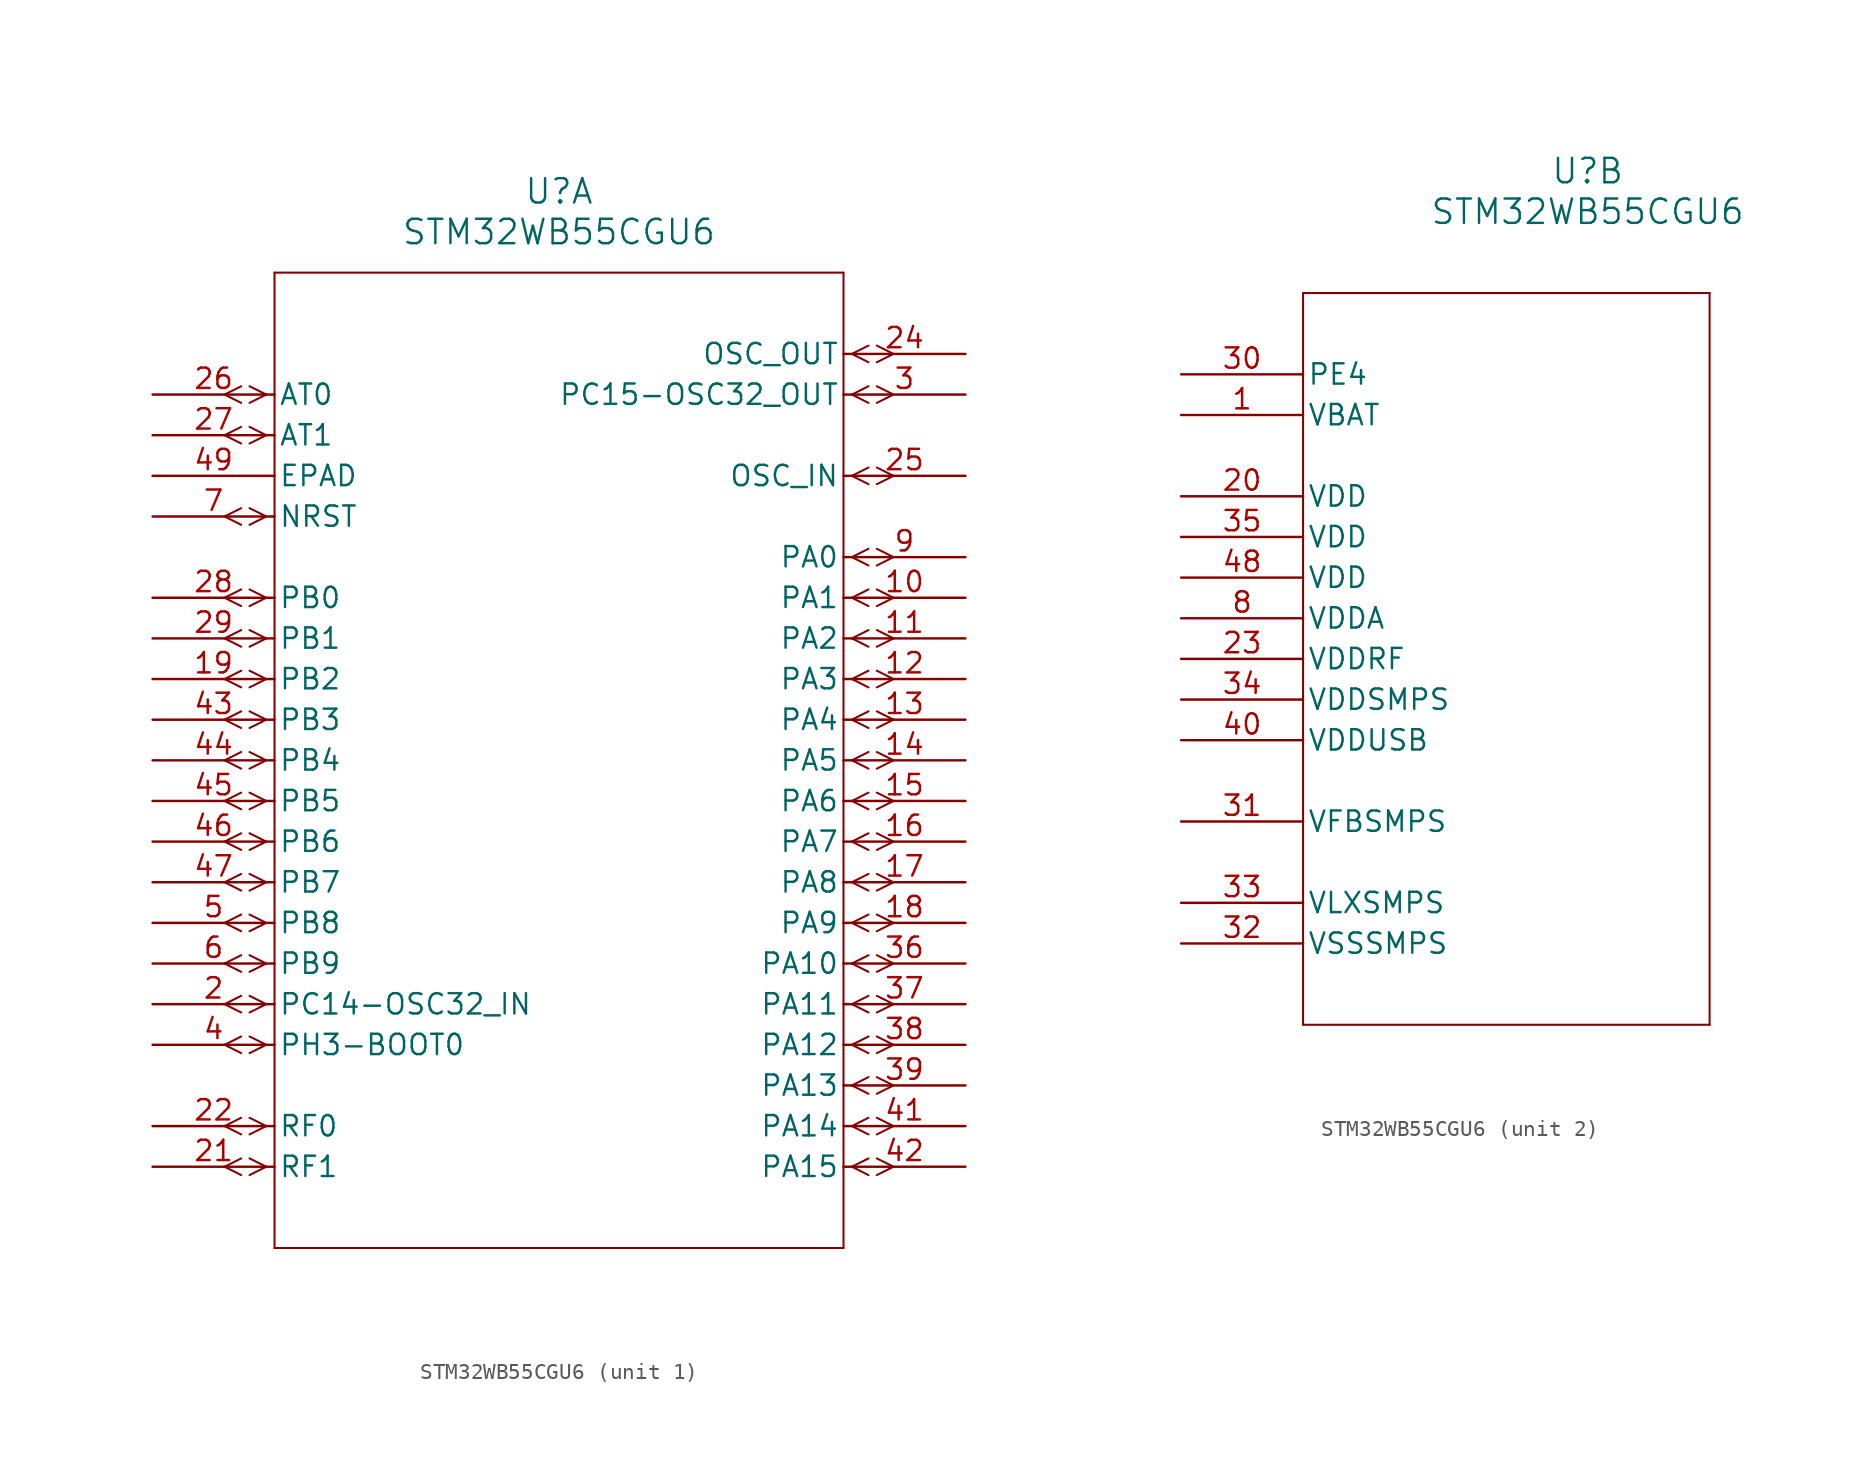
<source format=kicad_sym>
(kicad_symbol_lib
  (version 20211014)
  (generator kicad_symbol_editor)
  (symbol "STM32WB55CGU6"
    (pin_names
      (offset 0.254))
    (property "Reference" "U"
      (at 25.4 12.7 0)
      (effects (font (size 1.524 1.524))))
    (property "Value" "STM32WB55CGU6"
      (at 25.4 10.16 0)
      (effects (font (size 1.524 1.524))))
    (symbol "STM32WB55CGU6_1_1"
      (polyline (pts (xy 7.099 0) (xy 6.058 0.521)) (stroke (width 0.127) (type default) (color 0 0 0 0)) (fill (type none)))
      (polyline (pts (xy 7.099 0) (xy 6.058 -0.521)) (stroke (width 0.127) (type default) (color 0 0 0 0)) (fill (type none)))
      (polyline (pts (xy 5.537 0.521) (xy 4.496 0)) (stroke (width 0.127) (type default) (color 0 0 0 0)) (fill (type none)))
      (polyline (pts (xy 5.537 -0.521) (xy 4.496 0)) (stroke (width 0.127) (type default) (color 0 0 0 0)) (fill (type none)))
      (polyline (pts (xy 7.099 -2.54) (xy 6.058 -2.019)) (stroke (width 0.127) (type default) (color 0 0 0 0)) (fill (type none)))
      (polyline (pts (xy 7.099 -2.54) (xy 6.058 -3.061)) (stroke (width 0.127) (type default) (color 0 0 0 0)) (fill (type none)))
      (polyline (pts (xy 5.537 -2.019) (xy 4.496 -2.54)) (stroke (width 0.127) (type default) (color 0 0 0 0)) (fill (type none)))
      (polyline (pts (xy 5.537 -3.061) (xy 4.496 -2.54)) (stroke (width 0.127) (type default) (color 0 0 0 0)) (fill (type none)))
      (polyline (pts (xy 7.099 -7.62) (xy 6.058 -7.099)) (stroke (width 0.127) (type default) (color 0 0 0 0)) (fill (type none)))
      (polyline (pts (xy 7.099 -7.62) (xy 6.058 -8.141)) (stroke (width 0.127) (type default) (color 0 0 0 0)) (fill (type none)))
      (polyline (pts (xy 5.537 -7.099) (xy 4.496 -7.62)) (stroke (width 0.127) (type default) (color 0 0 0 0)) (fill (type none)))
      (polyline (pts (xy 5.537 -8.141) (xy 4.496 -7.62)) (stroke (width 0.127) (type default) (color 0 0 0 0)) (fill (type none)))
      (polyline (pts (xy 7.099 -12.7) (xy 6.058 -12.179)) (stroke (width 0.127) (type default) (color 0 0 0 0)) (fill (type none)))
      (polyline (pts (xy 7.099 -12.7) (xy 6.058 -13.221)) (stroke (width 0.127) (type default) (color 0 0 0 0)) (fill (type none)))
      (polyline (pts (xy 5.537 -12.179) (xy 4.496 -12.7)) (stroke (width 0.127) (type default) (color 0 0 0 0)) (fill (type none)))
      (polyline (pts (xy 5.537 -13.221) (xy 4.496 -12.7)) (stroke (width 0.127) (type default) (color 0 0 0 0)) (fill (type none)))
      (polyline (pts (xy 7.099 -15.24) (xy 6.058 -14.719)) (stroke (width 0.127) (type default) (color 0 0 0 0)) (fill (type none)))
      (polyline (pts (xy 7.099 -15.24) (xy 6.058 -15.761)) (stroke (width 0.127) (type default) (color 0 0 0 0)) (fill (type none)))
      (polyline (pts (xy 5.537 -14.719) (xy 4.496 -15.24)) (stroke (width 0.127) (type default) (color 0 0 0 0)) (fill (type none)))
      (polyline (pts (xy 5.537 -15.761) (xy 4.496 -15.24)) (stroke (width 0.127) (type default) (color 0 0 0 0)) (fill (type none)))
      (polyline (pts (xy 7.099 -17.78) (xy 6.058 -17.259)) (stroke (width 0.127) (type default) (color 0 0 0 0)) (fill (type none)))
      (polyline (pts (xy 7.099 -17.78) (xy 6.058 -18.301)) (stroke (width 0.127) (type default) (color 0 0 0 0)) (fill (type none)))
      (polyline (pts (xy 5.537 -17.259) (xy 4.496 -17.78)) (stroke (width 0.127) (type default) (color 0 0 0 0)) (fill (type none)))
      (polyline (pts (xy 5.537 -18.301) (xy 4.496 -17.78)) (stroke (width 0.127) (type default) (color 0 0 0 0)) (fill (type none)))
      (polyline (pts (xy 7.099 -20.32) (xy 6.058 -19.799)) (stroke (width 0.127) (type default) (color 0 0 0 0)) (fill (type none)))
      (polyline (pts (xy 7.099 -20.32) (xy 6.058 -20.841)) (stroke (width 0.127) (type default) (color 0 0 0 0)) (fill (type none)))
      (polyline (pts (xy 5.537 -19.799) (xy 4.496 -20.32)) (stroke (width 0.127) (type default) (color 0 0 0 0)) (fill (type none)))
      (polyline (pts (xy 5.537 -20.841) (xy 4.496 -20.32)) (stroke (width 0.127) (type default) (color 0 0 0 0)) (fill (type none)))
      (polyline (pts (xy 7.099 -22.86) (xy 6.058 -22.339)) (stroke (width 0.127) (type default) (color 0 0 0 0)) (fill (type none)))
      (polyline (pts (xy 7.099 -22.86) (xy 6.058 -23.381)) (stroke (width 0.127) (type default) (color 0 0 0 0)) (fill (type none)))
      (polyline (pts (xy 5.537 -22.339) (xy 4.496 -22.86)) (stroke (width 0.127) (type default) (color 0 0 0 0)) (fill (type none)))
      (polyline (pts (xy 5.537 -23.381) (xy 4.496 -22.86)) (stroke (width 0.127) (type default) (color 0 0 0 0)) (fill (type none)))
      (polyline (pts (xy 7.099 -25.4) (xy 6.058 -24.879)) (stroke (width 0.127) (type default) (color 0 0 0 0)) (fill (type none)))
      (polyline (pts (xy 7.099 -25.4) (xy 6.058 -25.921)) (stroke (width 0.127) (type default) (color 0 0 0 0)) (fill (type none)))
      (polyline (pts (xy 5.537 -24.879) (xy 4.496 -25.4)) (stroke (width 0.127) (type default) (color 0 0 0 0)) (fill (type none)))
      (polyline (pts (xy 5.537 -25.921) (xy 4.496 -25.4)) (stroke (width 0.127) (type default) (color 0 0 0 0)) (fill (type none)))
      (polyline (pts (xy 7.099 -27.94) (xy 6.058 -27.419)) (stroke (width 0.127) (type default) (color 0 0 0 0)) (fill (type none)))
      (polyline (pts (xy 7.099 -27.94) (xy 6.058 -28.461)) (stroke (width 0.127) (type default) (color 0 0 0 0)) (fill (type none)))
      (polyline (pts (xy 5.537 -27.419) (xy 4.496 -27.94)) (stroke (width 0.127) (type default) (color 0 0 0 0)) (fill (type none)))
      (polyline (pts (xy 5.537 -28.461) (xy 4.496 -27.94)) (stroke (width 0.127) (type default) (color 0 0 0 0)) (fill (type none)))
      (polyline (pts (xy 7.099 -30.48) (xy 6.058 -29.959)) (stroke (width 0.127) (type default) (color 0 0 0 0)) (fill (type none)))
      (polyline (pts (xy 7.099 -30.48) (xy 6.058 -31.001)) (stroke (width 0.127) (type default) (color 0 0 0 0)) (fill (type none)))
      (polyline (pts (xy 5.537 -29.959) (xy 4.496 -30.48)) (stroke (width 0.127) (type default) (color 0 0 0 0)) (fill (type none)))
      (polyline (pts (xy 5.537 -31.001) (xy 4.496 -30.48)) (stroke (width 0.127) (type default) (color 0 0 0 0)) (fill (type none)))
      (polyline (pts (xy 7.099 -33.02) (xy 6.058 -32.499)) (stroke (width 0.127) (type default) (color 0 0 0 0)) (fill (type none)))
      (polyline (pts (xy 7.099 -33.02) (xy 6.058 -33.541)) (stroke (width 0.127) (type default) (color 0 0 0 0)) (fill (type none)))
      (polyline (pts (xy 5.537 -32.499) (xy 4.496 -33.02)) (stroke (width 0.127) (type default) (color 0 0 0 0)) (fill (type none)))
      (polyline (pts (xy 5.537 -33.541) (xy 4.496 -33.02)) (stroke (width 0.127) (type default) (color 0 0 0 0)) (fill (type none)))
      (polyline (pts (xy 7.099 -35.56) (xy 6.058 -35.039)) (stroke (width 0.127) (type default) (color 0 0 0 0)) (fill (type none)))
      (polyline (pts (xy 7.099 -35.56) (xy 6.058 -36.081)) (stroke (width 0.127) (type default) (color 0 0 0 0)) (fill (type none)))
      (polyline (pts (xy 5.537 -35.039) (xy 4.496 -35.56)) (stroke (width 0.127) (type default) (color 0 0 0 0)) (fill (type none)))
      (polyline (pts (xy 5.537 -36.081) (xy 4.496 -35.56)) (stroke (width 0.127) (type default) (color 0 0 0 0)) (fill (type none)))
      (polyline (pts (xy 7.099 -38.1) (xy 6.058 -37.579)) (stroke (width 0.127) (type default) (color 0 0 0 0)) (fill (type none)))
      (polyline (pts (xy 7.099 -38.1) (xy 6.058 -38.621)) (stroke (width 0.127) (type default) (color 0 0 0 0)) (fill (type none)))
      (polyline (pts (xy 5.537 -37.579) (xy 4.496 -38.1)) (stroke (width 0.127) (type default) (color 0 0 0 0)) (fill (type none)))
      (polyline (pts (xy 5.537 -38.621) (xy 4.496 -38.1)) (stroke (width 0.127) (type default) (color 0 0 0 0)) (fill (type none)))
      (polyline (pts (xy 7.099 -40.64) (xy 6.058 -40.119)) (stroke (width 0.127) (type default) (color 0 0 0 0)) (fill (type none)))
      (polyline (pts (xy 7.099 -40.64) (xy 6.058 -41.161)) (stroke (width 0.127) (type default) (color 0 0 0 0)) (fill (type none)))
      (polyline (pts (xy 5.537 -40.119) (xy 4.496 -40.64)) (stroke (width 0.127) (type default) (color 0 0 0 0)) (fill (type none)))
      (polyline (pts (xy 5.537 -41.161) (xy 4.496 -40.64)) (stroke (width 0.127) (type default) (color 0 0 0 0)) (fill (type none)))
      (polyline (pts (xy 7.099 -45.72) (xy 6.058 -45.199)) (stroke (width 0.127) (type default) (color 0 0 0 0)) (fill (type none)))
      (polyline (pts (xy 7.099 -45.72) (xy 6.058 -46.241)) (stroke (width 0.127) (type default) (color 0 0 0 0)) (fill (type none)))
      (polyline (pts (xy 5.537 -45.199) (xy 4.496 -45.72)) (stroke (width 0.127) (type default) (color 0 0 0 0)) (fill (type none)))
      (polyline (pts (xy 5.537 -46.241) (xy 4.496 -45.72)) (stroke (width 0.127) (type default) (color 0 0 0 0)) (fill (type none)))
      (polyline (pts (xy 7.099 -48.26) (xy 6.058 -47.739)) (stroke (width 0.127) (type default) (color 0 0 0 0)) (fill (type none)))
      (polyline (pts (xy 7.099 -48.26) (xy 6.058 -48.781)) (stroke (width 0.127) (type default) (color 0 0 0 0)) (fill (type none)))
      (polyline (pts (xy 5.537 -47.739) (xy 4.496 -48.26)) (stroke (width 0.127) (type default) (color 0 0 0 0)) (fill (type none)))
      (polyline (pts (xy 5.537 -48.781) (xy 4.496 -48.26)) (stroke (width 0.127) (type default) (color 0 0 0 0)) (fill (type none)))
      (polyline (pts (xy 43.701 2.54) (xy 44.742 3.061)) (stroke (width 0.127) (type default) (color 0 0 0 0)) (fill (type none)))
      (polyline (pts (xy 43.701 2.54) (xy 44.742 2.019)) (stroke (width 0.127) (type default) (color 0 0 0 0)) (fill (type none)))
      (polyline (pts (xy 45.263 3.061) (xy 46.304 2.54)) (stroke (width 0.127) (type default) (color 0 0 0 0)) (fill (type none)))
      (polyline (pts (xy 45.263 2.019) (xy 46.304 2.54)) (stroke (width 0.127) (type default) (color 0 0 0 0)) (fill (type none)))
      (polyline (pts (xy 43.701 0) (xy 44.742 0.521)) (stroke (width 0.127) (type default) (color 0 0 0 0)) (fill (type none)))
      (polyline (pts (xy 43.701 0) (xy 44.742 -0.521)) (stroke (width 0.127) (type default) (color 0 0 0 0)) (fill (type none)))
      (polyline (pts (xy 45.263 0.521) (xy 46.304 0)) (stroke (width 0.127) (type default) (color 0 0 0 0)) (fill (type none)))
      (polyline (pts (xy 45.263 -0.521) (xy 46.304 0)) (stroke (width 0.127) (type default) (color 0 0 0 0)) (fill (type none)))
      (polyline (pts (xy 43.701 -5.08) (xy 44.742 -4.559)) (stroke (width 0.127) (type default) (color 0 0 0 0)) (fill (type none)))
      (polyline (pts (xy 43.701 -5.08) (xy 44.742 -5.601)) (stroke (width 0.127) (type default) (color 0 0 0 0)) (fill (type none)))
      (polyline (pts (xy 45.263 -4.559) (xy 46.304 -5.08)) (stroke (width 0.127) (type default) (color 0 0 0 0)) (fill (type none)))
      (polyline (pts (xy 45.263 -5.601) (xy 46.304 -5.08)) (stroke (width 0.127) (type default) (color 0 0 0 0)) (fill (type none)))
      (polyline (pts (xy 43.701 -10.16) (xy 44.742 -9.639)) (stroke (width 0.127) (type default) (color 0 0 0 0)) (fill (type none)))
      (polyline (pts (xy 43.701 -10.16) (xy 44.742 -10.681)) (stroke (width 0.127) (type default) (color 0 0 0 0)) (fill (type none)))
      (polyline (pts (xy 45.263 -9.639) (xy 46.304 -10.16)) (stroke (width 0.127) (type default) (color 0 0 0 0)) (fill (type none)))
      (polyline (pts (xy 45.263 -10.681) (xy 46.304 -10.16)) (stroke (width 0.127) (type default) (color 0 0 0 0)) (fill (type none)))
      (polyline (pts (xy 43.701 -12.7) (xy 44.742 -12.179)) (stroke (width 0.127) (type default) (color 0 0 0 0)) (fill (type none)))
      (polyline (pts (xy 43.701 -12.7) (xy 44.742 -13.221)) (stroke (width 0.127) (type default) (color 0 0 0 0)) (fill (type none)))
      (polyline (pts (xy 45.263 -12.179) (xy 46.304 -12.7)) (stroke (width 0.127) (type default) (color 0 0 0 0)) (fill (type none)))
      (polyline (pts (xy 45.263 -13.221) (xy 46.304 -12.7)) (stroke (width 0.127) (type default) (color 0 0 0 0)) (fill (type none)))
      (polyline (pts (xy 43.701 -15.24) (xy 44.742 -14.719)) (stroke (width 0.127) (type default) (color 0 0 0 0)) (fill (type none)))
      (polyline (pts (xy 43.701 -15.24) (xy 44.742 -15.761)) (stroke (width 0.127) (type default) (color 0 0 0 0)) (fill (type none)))
      (polyline (pts (xy 45.263 -14.719) (xy 46.304 -15.24)) (stroke (width 0.127) (type default) (color 0 0 0 0)) (fill (type none)))
      (polyline (pts (xy 45.263 -15.761) (xy 46.304 -15.24)) (stroke (width 0.127) (type default) (color 0 0 0 0)) (fill (type none)))
      (polyline (pts (xy 43.701 -17.78) (xy 44.742 -17.259)) (stroke (width 0.127) (type default) (color 0 0 0 0)) (fill (type none)))
      (polyline (pts (xy 43.701 -17.78) (xy 44.742 -18.301)) (stroke (width 0.127) (type default) (color 0 0 0 0)) (fill (type none)))
      (polyline (pts (xy 45.263 -17.259) (xy 46.304 -17.78)) (stroke (width 0.127) (type default) (color 0 0 0 0)) (fill (type none)))
      (polyline (pts (xy 45.263 -18.301) (xy 46.304 -17.78)) (stroke (width 0.127) (type default) (color 0 0 0 0)) (fill (type none)))
      (polyline (pts (xy 43.701 -20.32) (xy 44.742 -19.799)) (stroke (width 0.127) (type default) (color 0 0 0 0)) (fill (type none)))
      (polyline (pts (xy 43.701 -20.32) (xy 44.742 -20.841)) (stroke (width 0.127) (type default) (color 0 0 0 0)) (fill (type none)))
      (polyline (pts (xy 45.263 -19.799) (xy 46.304 -20.32)) (stroke (width 0.127) (type default) (color 0 0 0 0)) (fill (type none)))
      (polyline (pts (xy 45.263 -20.841) (xy 46.304 -20.32)) (stroke (width 0.127) (type default) (color 0 0 0 0)) (fill (type none)))
      (polyline (pts (xy 43.701 -22.86) (xy 44.742 -22.339)) (stroke (width 0.127) (type default) (color 0 0 0 0)) (fill (type none)))
      (polyline (pts (xy 43.701 -22.86) (xy 44.742 -23.381)) (stroke (width 0.127) (type default) (color 0 0 0 0)) (fill (type none)))
      (polyline (pts (xy 45.263 -22.339) (xy 46.304 -22.86)) (stroke (width 0.127) (type default) (color 0 0 0 0)) (fill (type none)))
      (polyline (pts (xy 45.263 -23.381) (xy 46.304 -22.86)) (stroke (width 0.127) (type default) (color 0 0 0 0)) (fill (type none)))
      (polyline (pts (xy 43.701 -25.4) (xy 44.742 -24.879)) (stroke (width 0.127) (type default) (color 0 0 0 0)) (fill (type none)))
      (polyline (pts (xy 43.701 -25.4) (xy 44.742 -25.921)) (stroke (width 0.127) (type default) (color 0 0 0 0)) (fill (type none)))
      (polyline (pts (xy 45.263 -24.879) (xy 46.304 -25.4)) (stroke (width 0.127) (type default) (color 0 0 0 0)) (fill (type none)))
      (polyline (pts (xy 45.263 -25.921) (xy 46.304 -25.4)) (stroke (width 0.127) (type default) (color 0 0 0 0)) (fill (type none)))
      (polyline (pts (xy 43.701 -27.94) (xy 44.742 -27.419)) (stroke (width 0.127) (type default) (color 0 0 0 0)) (fill (type none)))
      (polyline (pts (xy 43.701 -27.94) (xy 44.742 -28.461)) (stroke (width 0.127) (type default) (color 0 0 0 0)) (fill (type none)))
      (polyline (pts (xy 45.263 -27.419) (xy 46.304 -27.94)) (stroke (width 0.127) (type default) (color 0 0 0 0)) (fill (type none)))
      (polyline (pts (xy 45.263 -28.461) (xy 46.304 -27.94)) (stroke (width 0.127) (type default) (color 0 0 0 0)) (fill (type none)))
      (polyline (pts (xy 43.701 -30.48) (xy 44.742 -29.959)) (stroke (width 0.127) (type default) (color 0 0 0 0)) (fill (type none)))
      (polyline (pts (xy 43.701 -30.48) (xy 44.742 -31.001)) (stroke (width 0.127) (type default) (color 0 0 0 0)) (fill (type none)))
      (polyline (pts (xy 45.263 -29.959) (xy 46.304 -30.48)) (stroke (width 0.127) (type default) (color 0 0 0 0)) (fill (type none)))
      (polyline (pts (xy 45.263 -31.001) (xy 46.304 -30.48)) (stroke (width 0.127) (type default) (color 0 0 0 0)) (fill (type none)))
      (polyline (pts (xy 43.701 -33.02) (xy 44.742 -32.499)) (stroke (width 0.127) (type default) (color 0 0 0 0)) (fill (type none)))
      (polyline (pts (xy 43.701 -33.02) (xy 44.742 -33.541)) (stroke (width 0.127) (type default) (color 0 0 0 0)) (fill (type none)))
      (polyline (pts (xy 45.263 -32.499) (xy 46.304 -33.02)) (stroke (width 0.127) (type default) (color 0 0 0 0)) (fill (type none)))
      (polyline (pts (xy 45.263 -33.541) (xy 46.304 -33.02)) (stroke (width 0.127) (type default) (color 0 0 0 0)) (fill (type none)))
      (polyline (pts (xy 43.701 -35.56) (xy 44.742 -35.039)) (stroke (width 0.127) (type default) (color 0 0 0 0)) (fill (type none)))
      (polyline (pts (xy 43.701 -35.56) (xy 44.742 -36.081)) (stroke (width 0.127) (type default) (color 0 0 0 0)) (fill (type none)))
      (polyline (pts (xy 45.263 -35.039) (xy 46.304 -35.56)) (stroke (width 0.127) (type default) (color 0 0 0 0)) (fill (type none)))
      (polyline (pts (xy 45.263 -36.081) (xy 46.304 -35.56)) (stroke (width 0.127) (type default) (color 0 0 0 0)) (fill (type none)))
      (polyline (pts (xy 43.701 -38.1) (xy 44.742 -37.579)) (stroke (width 0.127) (type default) (color 0 0 0 0)) (fill (type none)))
      (polyline (pts (xy 43.701 -38.1) (xy 44.742 -38.621)) (stroke (width 0.127) (type default) (color 0 0 0 0)) (fill (type none)))
      (polyline (pts (xy 45.263 -37.579) (xy 46.304 -38.1)) (stroke (width 0.127) (type default) (color 0 0 0 0)) (fill (type none)))
      (polyline (pts (xy 45.263 -38.621) (xy 46.304 -38.1)) (stroke (width 0.127) (type default) (color 0 0 0 0)) (fill (type none)))
      (polyline (pts (xy 43.701 -40.64) (xy 44.742 -40.119)) (stroke (width 0.127) (type default) (color 0 0 0 0)) (fill (type none)))
      (polyline (pts (xy 43.701 -40.64) (xy 44.742 -41.161)) (stroke (width 0.127) (type default) (color 0 0 0 0)) (fill (type none)))
      (polyline (pts (xy 45.263 -40.119) (xy 46.304 -40.64)) (stroke (width 0.127) (type default) (color 0 0 0 0)) (fill (type none)))
      (polyline (pts (xy 45.263 -41.161) (xy 46.304 -40.64)) (stroke (width 0.127) (type default) (color 0 0 0 0)) (fill (type none)))
      (polyline (pts (xy 43.701 -43.18) (xy 44.742 -42.659)) (stroke (width 0.127) (type default) (color 0 0 0 0)) (fill (type none)))
      (polyline (pts (xy 43.701 -43.18) (xy 44.742 -43.701)) (stroke (width 0.127) (type default) (color 0 0 0 0)) (fill (type none)))
      (polyline (pts (xy 45.263 -42.659) (xy 46.304 -43.18)) (stroke (width 0.127) (type default) (color 0 0 0 0)) (fill (type none)))
      (polyline (pts (xy 45.263 -43.701) (xy 46.304 -43.18)) (stroke (width 0.127) (type default) (color 0 0 0 0)) (fill (type none)))
      (polyline (pts (xy 43.701 -45.72) (xy 44.742 -45.199)) (stroke (width 0.127) (type default) (color 0 0 0 0)) (fill (type none)))
      (polyline (pts (xy 43.701 -45.72) (xy 44.742 -46.241)) (stroke (width 0.127) (type default) (color 0 0 0 0)) (fill (type none)))
      (polyline (pts (xy 45.263 -45.199) (xy 46.304 -45.72)) (stroke (width 0.127) (type default) (color 0 0 0 0)) (fill (type none)))
      (polyline (pts (xy 45.263 -46.241) (xy 46.304 -45.72)) (stroke (width 0.127) (type default) (color 0 0 0 0)) (fill (type none)))
      (polyline (pts (xy 43.701 -48.26) (xy 44.742 -47.739)) (stroke (width 0.127) (type default) (color 0 0 0 0)) (fill (type none)))
      (polyline (pts (xy 43.701 -48.26) (xy 44.742 -48.781)) (stroke (width 0.127) (type default) (color 0 0 0 0)) (fill (type none)))
      (polyline (pts (xy 45.263 -47.739) (xy 46.304 -48.26)) (stroke (width 0.127) (type default) (color 0 0 0 0)) (fill (type none)))
      (polyline (pts (xy 45.263 -48.781) (xy 46.304 -48.26)) (stroke (width 0.127) (type default) (color 0 0 0 0)) (fill (type none)))
      (polyline (pts (xy 7.62 7.62) (xy 7.62 -53.34)) (stroke (width 0.127) (type default) (color 0 0 0 0)) (fill (type none)))
      (polyline (pts (xy 7.62 -53.34) (xy 43.18 -53.34)) (stroke (width 0.127) (type default) (color 0 0 0 0)) (fill (type none)))
      (polyline (pts (xy 43.18 -53.34) (xy 43.18 7.62)) (stroke (width 0.127) (type default) (color 0 0 0 0)) (fill (type none)))
      (polyline (pts (xy 43.18 7.62) (xy 7.62 7.62)) (stroke (width 0.127) (type default) (color 0 0 0 0)) (fill (type none)))
      (pin bidirectional line (at 0 -38.1 0) (length 7.62) (name "PC14-OSC32_IN" (effects (font (size 1.27 1.27)))) (number "2" (effects (font (size 1.27 1.27)))))
      (pin bidirectional line (at 50.8 0 180) (length 7.62) (name "PC15-OSC32_OUT" (effects (font (size 1.27 1.27)))) (number "3" (effects (font (size 1.27 1.27)))))
      (pin bidirectional line (at 0 -40.64 0) (length 7.62) (name "PH3-BOOT0" (effects (font (size 1.27 1.27)))) (number "4" (effects (font (size 1.27 1.27)))))
      (pin bidirectional line (at 0 -33.02 0) (length 7.62) (name "PB8" (effects (font (size 1.27 1.27)))) (number "5" (effects (font (size 1.27 1.27)))))
      (pin bidirectional line (at 0 -35.56 0) (length 7.62) (name "PB9" (effects (font (size 1.27 1.27)))) (number "6" (effects (font (size 1.27 1.27)))))
      (pin bidirectional line (at 0 -7.62 0) (length 7.62) (name "NRST" (effects (font (size 1.27 1.27)))) (number "7" (effects (font (size 1.27 1.27)))))
      (pin bidirectional line (at 50.8 -10.16 180) (length 7.62) (name "PA0" (effects (font (size 1.27 1.27)))) (number "9" (effects (font (size 1.27 1.27)))))
      (pin bidirectional line (at 50.8 -12.7 180) (length 7.62) (name "PA1" (effects (font (size 1.27 1.27)))) (number "10" (effects (font (size 1.27 1.27)))))
      (pin bidirectional line (at 50.8 -15.24 180) (length 7.62) (name "PA2" (effects (font (size 1.27 1.27)))) (number "11" (effects (font (size 1.27 1.27)))))
      (pin bidirectional line (at 50.8 -17.78 180) (length 7.62) (name "PA3" (effects (font (size 1.27 1.27)))) (number "12" (effects (font (size 1.27 1.27)))))
      (pin bidirectional line (at 50.8 -20.32 180) (length 7.62) (name "PA4" (effects (font (size 1.27 1.27)))) (number "13" (effects (font (size 1.27 1.27)))))
      (pin bidirectional line (at 50.8 -22.86 180) (length 7.62) (name "PA5" (effects (font (size 1.27 1.27)))) (number "14" (effects (font (size 1.27 1.27)))))
      (pin bidirectional line (at 50.8 -25.4 180) (length 7.62) (name "PA6" (effects (font (size 1.27 1.27)))) (number "15" (effects (font (size 1.27 1.27)))))
      (pin bidirectional line (at 50.8 -27.94 180) (length 7.62) (name "PA7" (effects (font (size 1.27 1.27)))) (number "16" (effects (font (size 1.27 1.27)))))
      (pin bidirectional line (at 50.8 -30.48 180) (length 7.62) (name "PA8" (effects (font (size 1.27 1.27)))) (number "17" (effects (font (size 1.27 1.27)))))
      (pin bidirectional line (at 50.8 -33.02 180) (length 7.62) (name "PA9" (effects (font (size 1.27 1.27)))) (number "18" (effects (font (size 1.27 1.27)))))
      (pin bidirectional line (at 0 -17.78 0) (length 7.62) (name "PB2" (effects (font (size 1.27 1.27)))) (number "19" (effects (font (size 1.27 1.27)))))
      (pin bidirectional line (at 0 -48.26 0) (length 7.62) (name "RF1" (effects (font (size 1.27 1.27)))) (number "21" (effects (font (size 1.27 1.27)))))
      (pin bidirectional line (at 0 -45.72 0) (length 7.62) (name "RF0" (effects (font (size 1.27 1.27)))) (number "22" (effects (font (size 1.27 1.27)))))
      (pin bidirectional line (at 50.8 2.54 180) (length 7.62) (name "OSC_OUT" (effects (font (size 1.27 1.27)))) (number "24" (effects (font (size 1.27 1.27)))))
      (pin bidirectional line (at 50.8 -5.08 180) (length 7.62) (name "OSC_IN" (effects (font (size 1.27 1.27)))) (number "25" (effects (font (size 1.27 1.27)))))
      (pin bidirectional line (at 0 0 0) (length 7.62) (name "AT0" (effects (font (size 1.27 1.27)))) (number "26" (effects (font (size 1.27 1.27)))))
      (pin bidirectional line (at 0 -2.54 0) (length 7.62) (name "AT1" (effects (font (size 1.27 1.27)))) (number "27" (effects (font (size 1.27 1.27)))))
      (pin bidirectional line (at 0 -12.7 0) (length 7.62) (name "PB0" (effects (font (size 1.27 1.27)))) (number "28" (effects (font (size 1.27 1.27)))))
      (pin bidirectional line (at 0 -15.24 0) (length 7.62) (name "PB1" (effects (font (size 1.27 1.27)))) (number "29" (effects (font (size 1.27 1.27)))))
      (pin bidirectional line (at 50.8 -35.56 180) (length 7.62) (name "PA10" (effects (font (size 1.27 1.27)))) (number "36" (effects (font (size 1.27 1.27)))))
      (pin bidirectional line (at 50.8 -38.1 180) (length 7.62) (name "PA11" (effects (font (size 1.27 1.27)))) (number "37" (effects (font (size 1.27 1.27)))))
      (pin bidirectional line (at 50.8 -40.64 180) (length 7.62) (name "PA12" (effects (font (size 1.27 1.27)))) (number "38" (effects (font (size 1.27 1.27)))))
      (pin bidirectional line (at 50.8 -43.18 180) (length 7.62) (name "PA13" (effects (font (size 1.27 1.27)))) (number "39" (effects (font (size 1.27 1.27)))))
      (pin bidirectional line (at 50.8 -45.72 180) (length 7.62) (name "PA14" (effects (font (size 1.27 1.27)))) (number "41" (effects (font (size 1.27 1.27)))))
      (pin bidirectional line (at 50.8 -48.26 180) (length 7.62) (name "PA15" (effects (font (size 1.27 1.27)))) (number "42" (effects (font (size 1.27 1.27)))))
      (pin bidirectional line (at 0 -20.32 0) (length 7.62) (name "PB3" (effects (font (size 1.27 1.27)))) (number "43" (effects (font (size 1.27 1.27)))))
      (pin bidirectional line (at 0 -22.86 0) (length 7.62) (name "PB4" (effects (font (size 1.27 1.27)))) (number "44" (effects (font (size 1.27 1.27)))))
      (pin bidirectional line (at 0 -25.4 0) (length 7.62) (name "PB5" (effects (font (size 1.27 1.27)))) (number "45" (effects (font (size 1.27 1.27)))))
      (pin bidirectional line (at 0 -27.94 0) (length 7.62) (name "PB6" (effects (font (size 1.27 1.27)))) (number "46" (effects (font (size 1.27 1.27)))))
      (pin bidirectional line (at 0 -30.48 0) (length 7.62) (name "PB7" (effects (font (size 1.27 1.27)))) (number "47" (effects (font (size 1.27 1.27)))))
      (pin unspecified line (at 0 -5.08 0) (length 7.62) (name "EPAD" (effects (font (size 1.27 1.27)))) (number "49" (effects (font (size 1.27 1.27))))))
    (symbol "STM32WB55CGU6_2_1"
      (polyline (pts (xy 7.62 5.08) (xy 7.62 -40.64)) (stroke (width 0.127) (type default) (color 0 0 0 0)) (fill (type none)))
      (polyline (pts (xy 7.62 -40.64) (xy 33.02 -40.64)) (stroke (width 0.127) (type default) (color 0 0 0 0)) (fill (type none)))
      (polyline (pts (xy 33.02 -40.64) (xy 33.02 5.08)) (stroke (width 0.127) (type default) (color 0 0 0 0)) (fill (type none)))
      (polyline (pts (xy 33.02 5.08) (xy 7.62 5.08)) (stroke (width 0.127) (type default) (color 0 0 0 0)) (fill (type none)))
      (pin power_in line (at 0 -2.54 0) (length 7.62) (name "VBAT" (effects (font (size 1.27 1.27)))) (number "1" (effects (font (size 1.27 1.27)))))
      (pin power_in line (at 0 -15.24 0) (length 7.62) (name "VDDA" (effects (font (size 1.27 1.27)))) (number "8" (effects (font (size 1.27 1.27)))))
      (pin power_in line (at 0 -7.62 0) (length 7.62) (name "VDD" (effects (font (size 1.27 1.27)))) (number "20" (effects (font (size 1.27 1.27)))))
      (pin power_in line (at 0 -17.78 0) (length 7.62) (name "VDDRF" (effects (font (size 1.27 1.27)))) (number "23" (effects (font (size 1.27 1.27)))))
      (pin power_in line (at 0 0 0) (length 7.62) (name "PE4" (effects (font (size 1.27 1.27)))) (number "30" (effects (font (size 1.27 1.27)))))
      (pin power_in line (at 0 -27.94 0) (length 7.62) (name "VFBSMPS" (effects (font (size 1.27 1.27)))) (number "31" (effects (font (size 1.27 1.27)))))
      (pin power_in line (at 0 -35.56 0) (length 7.62) (name "VSSSMPS" (effects (font (size 1.27 1.27)))) (number "32" (effects (font (size 1.27 1.27)))))
      (pin power_in line (at 0 -33.02 0) (length 7.62) (name "VLXSMPS" (effects (font (size 1.27 1.27)))) (number "33" (effects (font (size 1.27 1.27)))))
      (pin power_in line (at 0 -20.32 0) (length 7.62) (name "VDDSMPS" (effects (font (size 1.27 1.27)))) (number "34" (effects (font (size 1.27 1.27)))))
      (pin power_in line (at 0 -10.16 0) (length 7.62) (name "VDD" (effects (font (size 1.27 1.27)))) (number "35" (effects (font (size 1.27 1.27)))))
      (pin power_in line (at 0 -22.86 0) (length 7.62) (name "VDDUSB" (effects (font (size 1.27 1.27)))) (number "40" (effects (font (size 1.27 1.27)))))
      (pin power_in line (at 0 -12.7 0) (length 7.62) (name "VDD" (effects (font (size 1.27 1.27)))) (number "48" (effects (font (size 1.27 1.27))))))))
</source>
